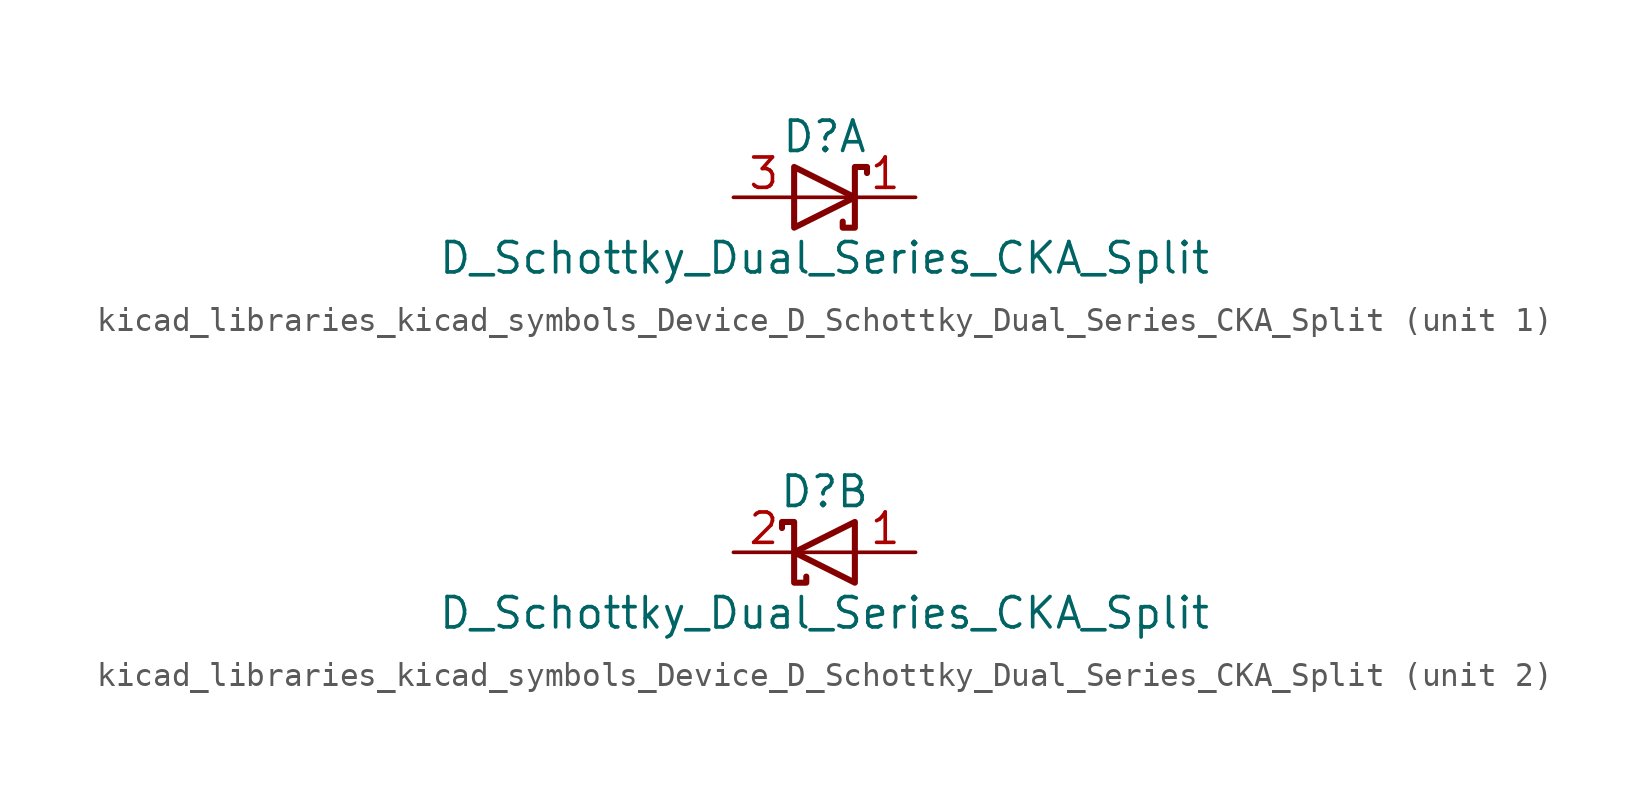
<source format=kicad_sym>
(kicad_symbol_lib
  (version 20220914)
  (generator kicad_symbol_editor)
  (symbol "kicad_libraries_kicad_symbols_Device_D_Schottky_Dual_Series_CKA_Split"
    (pin_names
      (offset 0.762) hide)
    (property "Reference" "D"
      (at 0 2.54 0)
      (effects (font (size 1.27 1.27))))
    (property "Value" "D_Schottky_Dual_Series_CKA_Split"
      (at 0 -2.54 0)
      (effects (font (size 1.27 1.27))))
    (property "ki_locked" ""
      (at 0 0 0)
      (effects (font (size 1.27 1.27))))
    (symbol "kicad_libraries_kicad_symbols_Device_D_Schottky_Dual_Series_CKA_Split_0_1"
      (pin passive line (at 3.81 0 180) (length 2.54) (name "K" (effects (font (size 1.27 1.27)))) (number "1" (effects (font (size 1.27 1.27))))))
    (symbol "kicad_libraries_kicad_symbols_Device_D_Schottky_Dual_Series_CKA_Split_1_1"
      (polyline (pts (xy 1.27 0) (xy -1.27 0)) (stroke (width 0) (type default)) (fill (type none)))
      (polyline (pts (xy -1.27 1.27) (xy 1.27 0) (xy -1.27 -1.27) (xy -1.27 1.27) (xy -1.27 1.27) (xy -1.27 1.27)) (stroke (width 0.254) (type default)) (fill (type none)))
      (polyline (pts (xy 1.778 1.016) (xy 1.778 1.27) (xy 1.27 1.27) (xy 1.27 -1.27) (xy 0.762 -1.27) (xy 0.762 -1.016)) (stroke (width 0.254) (type default)) (fill (type none)))
      (pin passive line (at -3.81 0 0) (length 2.54) (name "A" (effects (font (size 1.27 1.27)))) (number "3" (effects (font (size 1.27 1.27))))))
    (symbol "kicad_libraries_kicad_symbols_Device_D_Schottky_Dual_Series_CKA_Split_2_1"
      (polyline (pts (xy -1.27 0) (xy 1.27 0)) (stroke (width 0) (type default)) (fill (type none)))
      (polyline (pts (xy -1.778 1.016) (xy -1.778 1.27) (xy -1.27 1.27) (xy -1.27 -1.27) (xy -0.762 -1.27) (xy -0.762 -1.016)) (stroke (width 0.254) (type default)) (fill (type none)))
      (polyline (pts (xy 1.27 1.27) (xy -1.27 0) (xy 1.27 -1.27) (xy 1.27 1.27) (xy 1.27 1.27) (xy 1.27 1.27)) (stroke (width 0.254) (type default)) (fill (type none)))
      (pin passive line (at -3.81 0 0) (length 2.54) (name "K" (effects (font (size 1.27 1.27)))) (number "2" (effects (font (size 1.27 1.27))))))))
</source>
